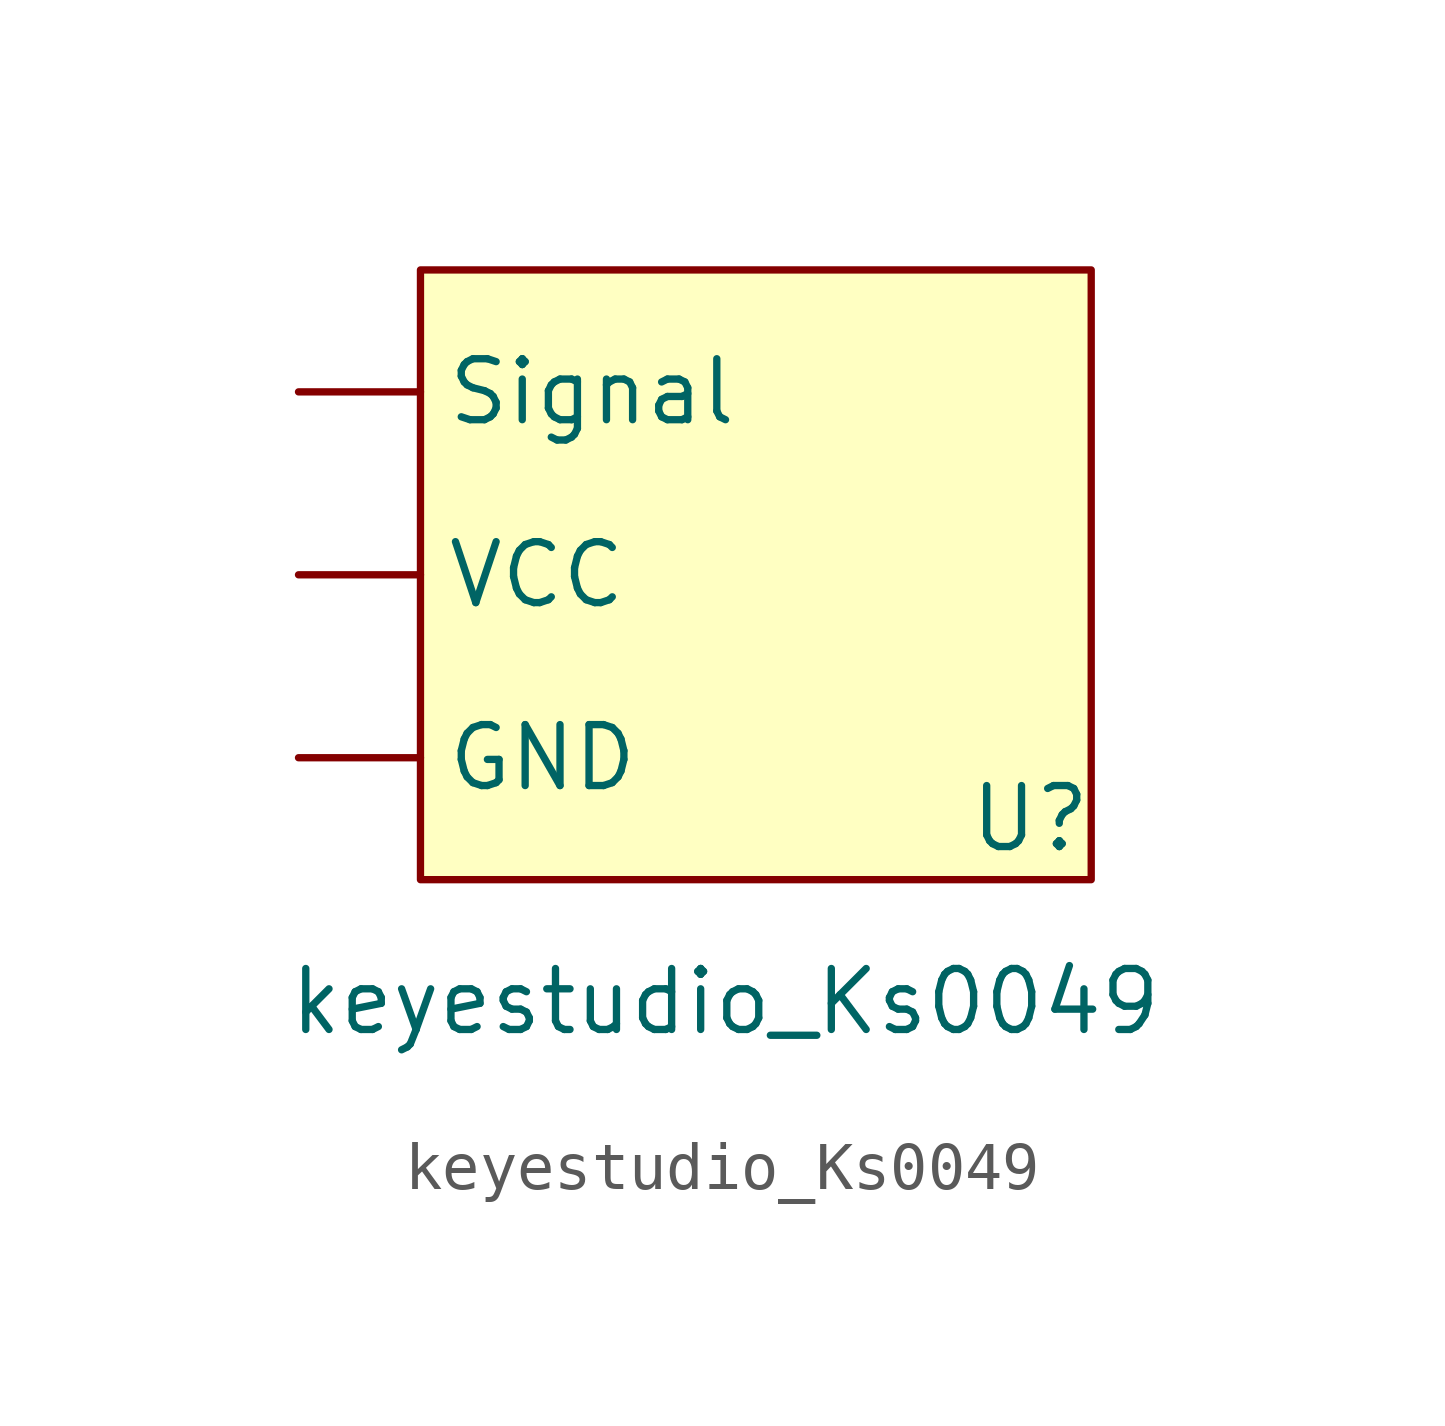
<source format=kicad_sym>
(kicad_symbol_lib
  (version 20211014)
  (generator kicad_symbol_editor)
  (symbol "keyestudio_Ks0049"
    (property "Reference" "U"
      (at 8.89 1.27 0)
      (effects (font (size 1.27 1.27))))
    (property "Value" "keyestudio_Ks0049"
      (at 2.54 -2.54 0)
      (effects (font (size 1.27 1.27))))
    (symbol "keyestudio_Ks0049_0_1"
      (rectangle (start -3.81 12.7) (end 10.16 0) (stroke (width 0) (type default) (color 0 0 0 0)) (fill (type background))))
    (symbol "keyestudio_Ks0049_1_1"
      (pin passive line (at -6.35 2.54 0) (length 2.54) (name "GND" (effects (font (size 1.27 1.27)))) (number "" (effects (font (size 1.27 1.27)))))
      (pin output line (at -6.35 10.16 0) (length 2.54) (name "Signal" (effects (font (size 1.27 1.27)))) (number "" (effects (font (size 1.27 1.27)))))
      (pin power_in line (at -6.35 6.35 0) (length 2.54) (name "VCC" (effects (font (size 1.27 1.27)))) (number "" (effects (font (size 1.27 1.27))))))))
</source>
